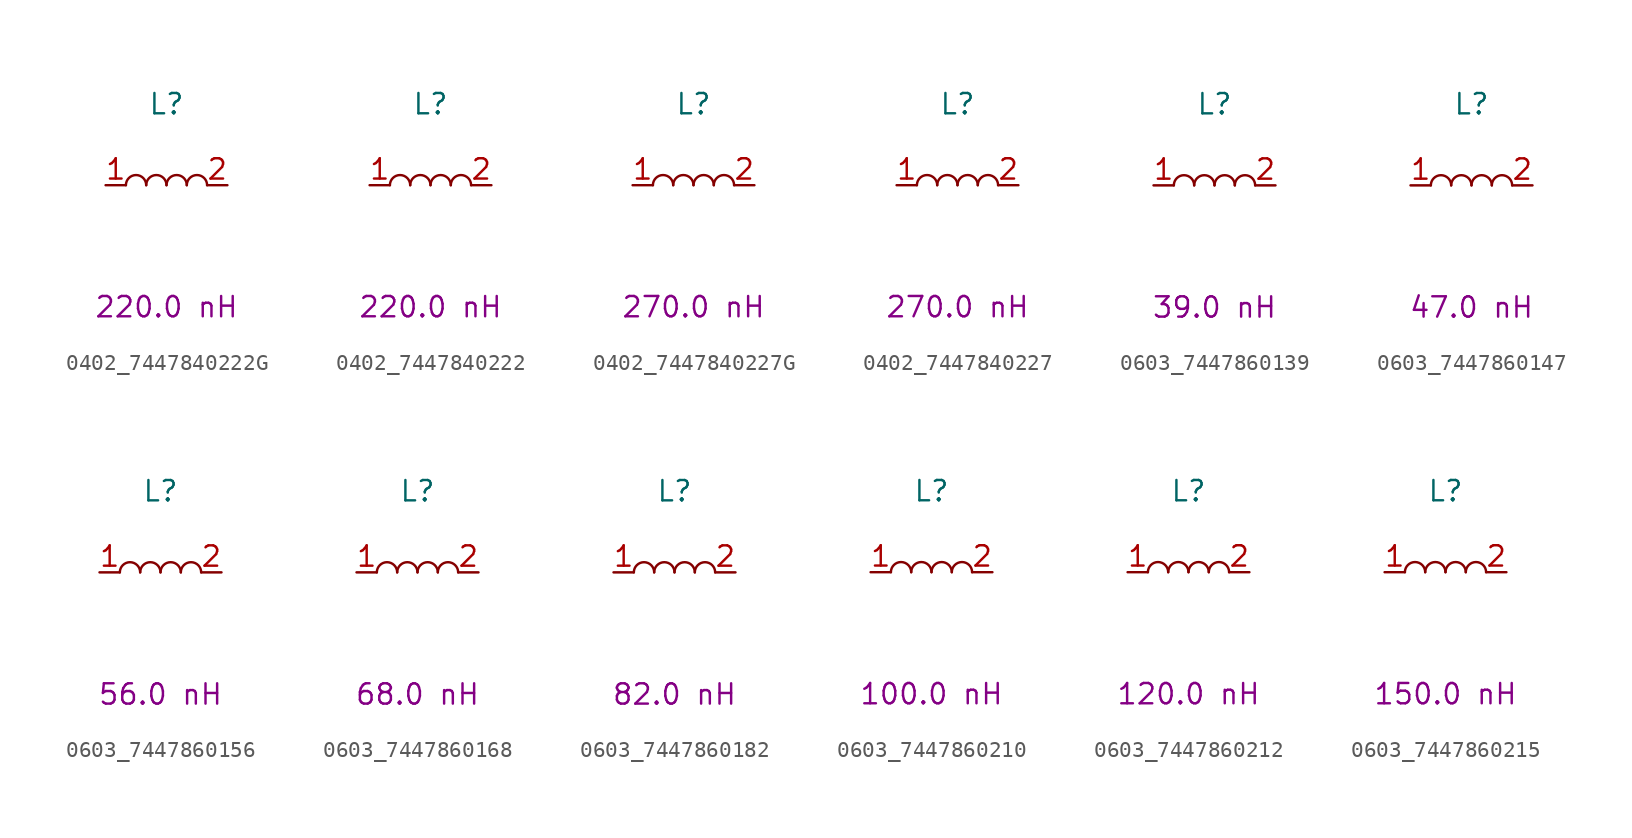
<source format=kicad_sym>
(kicad_symbol_lib
  (version 20220914)
  (generator kicad_symbol_editor)
  (symbol "0402_7447840222G"
    (pin_names hide)
    (property "Reference" "L"
      (at 0 5.08 0)
      (effects (font (size 1.27 1.27))))
    (property "Critical Parameter" "220.0 nH"
      (at 0 -7.62 0)
      (effects (font (size 1.27 1.27))))
    (symbol "0402_7447840222G_0_1"
      (arc (start -1.27 0) (mid -1.905 0.6323) (end -2.54 0) (stroke (width 0) (type default)) (fill (type none)))
      (arc (start 0 0) (mid -0.635 0.6323) (end -1.27 0) (stroke (width 0) (type default)) (fill (type none)))
      (arc (start 1.27 0) (mid 0.635 0.6323) (end 0 0) (stroke (width 0) (type default)) (fill (type none)))
      (arc (start 2.54 0) (mid 1.905 0.6323) (end 1.27 0) (stroke (width 0) (type default)) (fill (type none))))
    (symbol "0402_7447840222G_1_1"
      (pin passive line (at -3.81 0 0) (length 1.27) (name "1" (effects (font (size 1.27 1.27)))) (number "1" (effects (font (size 1.27 1.27)))))
      (pin passive line (at 3.81 0 180) (length 1.27) (name "2" (effects (font (size 1.27 1.27)))) (number "2" (effects (font (size 1.27 1.27)))))))
  (symbol "0402_7447840222"
    (pin_names hide)
    (property "Reference" "L"
      (at 0 5.08 0)
      (effects (font (size 1.27 1.27))))
    (property "Critical Parameter" "220.0 nH"
      (at 0 -7.62 0)
      (effects (font (size 1.27 1.27))))
    (symbol "0402_7447840222_0_1"
      (arc (start -1.27 0) (mid -1.905 0.6323) (end -2.54 0) (stroke (width 0) (type default)) (fill (type none)))
      (arc (start 0 0) (mid -0.635 0.6323) (end -1.27 0) (stroke (width 0) (type default)) (fill (type none)))
      (arc (start 1.27 0) (mid 0.635 0.6323) (end 0 0) (stroke (width 0) (type default)) (fill (type none)))
      (arc (start 2.54 0) (mid 1.905 0.6323) (end 1.27 0) (stroke (width 0) (type default)) (fill (type none))))
    (symbol "0402_7447840222_1_1"
      (pin passive line (at -3.81 0 0) (length 1.27) (name "1" (effects (font (size 1.27 1.27)))) (number "1" (effects (font (size 1.27 1.27)))))
      (pin passive line (at 3.81 0 180) (length 1.27) (name "2" (effects (font (size 1.27 1.27)))) (number "2" (effects (font (size 1.27 1.27)))))))
  (symbol "0402_7447840227G"
    (pin_names hide)
    (property "Reference" "L"
      (at 0 5.08 0)
      (effects (font (size 1.27 1.27))))
    (property "Critical Parameter" "270.0 nH"
      (at 0 -7.62 0)
      (effects (font (size 1.27 1.27))))
    (symbol "0402_7447840227G_0_1"
      (arc (start -1.27 0) (mid -1.905 0.6323) (end -2.54 0) (stroke (width 0) (type default)) (fill (type none)))
      (arc (start 0 0) (mid -0.635 0.6323) (end -1.27 0) (stroke (width 0) (type default)) (fill (type none)))
      (arc (start 1.27 0) (mid 0.635 0.6323) (end 0 0) (stroke (width 0) (type default)) (fill (type none)))
      (arc (start 2.54 0) (mid 1.905 0.6323) (end 1.27 0) (stroke (width 0) (type default)) (fill (type none))))
    (symbol "0402_7447840227G_1_1"
      (pin passive line (at -3.81 0 0) (length 1.27) (name "1" (effects (font (size 1.27 1.27)))) (number "1" (effects (font (size 1.27 1.27)))))
      (pin passive line (at 3.81 0 180) (length 1.27) (name "2" (effects (font (size 1.27 1.27)))) (number "2" (effects (font (size 1.27 1.27)))))))
  (symbol "0402_7447840227"
    (pin_names hide)
    (property "Reference" "L"
      (at 0 5.08 0)
      (effects (font (size 1.27 1.27))))
    (property "Critical Parameter" "270.0 nH"
      (at 0 -7.62 0)
      (effects (font (size 1.27 1.27))))
    (symbol "0402_7447840227_0_1"
      (arc (start -1.27 0) (mid -1.905 0.6323) (end -2.54 0) (stroke (width 0) (type default)) (fill (type none)))
      (arc (start 0 0) (mid -0.635 0.6323) (end -1.27 0) (stroke (width 0) (type default)) (fill (type none)))
      (arc (start 1.27 0) (mid 0.635 0.6323) (end 0 0) (stroke (width 0) (type default)) (fill (type none)))
      (arc (start 2.54 0) (mid 1.905 0.6323) (end 1.27 0) (stroke (width 0) (type default)) (fill (type none))))
    (symbol "0402_7447840227_1_1"
      (pin passive line (at -3.81 0 0) (length 1.27) (name "1" (effects (font (size 1.27 1.27)))) (number "1" (effects (font (size 1.27 1.27)))))
      (pin passive line (at 3.81 0 180) (length 1.27) (name "2" (effects (font (size 1.27 1.27)))) (number "2" (effects (font (size 1.27 1.27)))))))
  (symbol "0603_7447860139"
    (pin_names hide)
    (property "Reference" "L"
      (at 0 5.08 0)
      (effects (font (size 1.27 1.27))))
    (property "Critical Parameter" "39.0 nH"
      (at 0 -7.62 0)
      (effects (font (size 1.27 1.27))))
    (symbol "0603_7447860139_0_1"
      (arc (start -1.27 0) (mid -1.905 0.6323) (end -2.54 0) (stroke (width 0) (type default)) (fill (type none)))
      (arc (start 0 0) (mid -0.635 0.6323) (end -1.27 0) (stroke (width 0) (type default)) (fill (type none)))
      (arc (start 1.27 0) (mid 0.635 0.6323) (end 0 0) (stroke (width 0) (type default)) (fill (type none)))
      (arc (start 2.54 0) (mid 1.905 0.6323) (end 1.27 0) (stroke (width 0) (type default)) (fill (type none))))
    (symbol "0603_7447860139_1_1"
      (pin passive line (at -3.81 0 0) (length 1.27) (name "1" (effects (font (size 1.27 1.27)))) (number "1" (effects (font (size 1.27 1.27)))))
      (pin passive line (at 3.81 0 180) (length 1.27) (name "2" (effects (font (size 1.27 1.27)))) (number "2" (effects (font (size 1.27 1.27)))))))
  (symbol "0603_7447860147"
    (pin_names hide)
    (property "Reference" "L"
      (at 0 5.08 0)
      (effects (font (size 1.27 1.27))))
    (property "Critical Parameter" "47.0 nH"
      (at 0 -7.62 0)
      (effects (font (size 1.27 1.27))))
    (symbol "0603_7447860147_0_1"
      (arc (start -1.27 0) (mid -1.905 0.6323) (end -2.54 0) (stroke (width 0) (type default)) (fill (type none)))
      (arc (start 0 0) (mid -0.635 0.6323) (end -1.27 0) (stroke (width 0) (type default)) (fill (type none)))
      (arc (start 1.27 0) (mid 0.635 0.6323) (end 0 0) (stroke (width 0) (type default)) (fill (type none)))
      (arc (start 2.54 0) (mid 1.905 0.6323) (end 1.27 0) (stroke (width 0) (type default)) (fill (type none))))
    (symbol "0603_7447860147_1_1"
      (pin passive line (at -3.81 0 0) (length 1.27) (name "1" (effects (font (size 1.27 1.27)))) (number "1" (effects (font (size 1.27 1.27)))))
      (pin passive line (at 3.81 0 180) (length 1.27) (name "2" (effects (font (size 1.27 1.27)))) (number "2" (effects (font (size 1.27 1.27)))))))
  (symbol "0603_7447860156"
    (pin_names hide)
    (property "Reference" "L"
      (at 0 5.08 0)
      (effects (font (size 1.27 1.27))))
    (property "Critical Parameter" "56.0 nH"
      (at 0 -7.62 0)
      (effects (font (size 1.27 1.27))))
    (symbol "0603_7447860156_0_1"
      (arc (start -1.27 0) (mid -1.905 0.6323) (end -2.54 0) (stroke (width 0) (type default)) (fill (type none)))
      (arc (start 0 0) (mid -0.635 0.6323) (end -1.27 0) (stroke (width 0) (type default)) (fill (type none)))
      (arc (start 1.27 0) (mid 0.635 0.6323) (end 0 0) (stroke (width 0) (type default)) (fill (type none)))
      (arc (start 2.54 0) (mid 1.905 0.6323) (end 1.27 0) (stroke (width 0) (type default)) (fill (type none))))
    (symbol "0603_7447860156_1_1"
      (pin passive line (at -3.81 0 0) (length 1.27) (name "1" (effects (font (size 1.27 1.27)))) (number "1" (effects (font (size 1.27 1.27)))))
      (pin passive line (at 3.81 0 180) (length 1.27) (name "2" (effects (font (size 1.27 1.27)))) (number "2" (effects (font (size 1.27 1.27)))))))
  (symbol "0603_7447860168"
    (pin_names hide)
    (property "Reference" "L"
      (at 0 5.08 0)
      (effects (font (size 1.27 1.27))))
    (property "Critical Parameter" "68.0 nH"
      (at 0 -7.62 0)
      (effects (font (size 1.27 1.27))))
    (symbol "0603_7447860168_0_1"
      (arc (start -1.27 0) (mid -1.905 0.6323) (end -2.54 0) (stroke (width 0) (type default)) (fill (type none)))
      (arc (start 0 0) (mid -0.635 0.6323) (end -1.27 0) (stroke (width 0) (type default)) (fill (type none)))
      (arc (start 1.27 0) (mid 0.635 0.6323) (end 0 0) (stroke (width 0) (type default)) (fill (type none)))
      (arc (start 2.54 0) (mid 1.905 0.6323) (end 1.27 0) (stroke (width 0) (type default)) (fill (type none))))
    (symbol "0603_7447860168_1_1"
      (pin passive line (at -3.81 0 0) (length 1.27) (name "1" (effects (font (size 1.27 1.27)))) (number "1" (effects (font (size 1.27 1.27)))))
      (pin passive line (at 3.81 0 180) (length 1.27) (name "2" (effects (font (size 1.27 1.27)))) (number "2" (effects (font (size 1.27 1.27)))))))
  (symbol "0603_7447860182"
    (pin_names hide)
    (property "Reference" "L"
      (at 0 5.08 0)
      (effects (font (size 1.27 1.27))))
    (property "Critical Parameter" "82.0 nH"
      (at 0 -7.62 0)
      (effects (font (size 1.27 1.27))))
    (symbol "0603_7447860182_0_1"
      (arc (start -1.27 0) (mid -1.905 0.6323) (end -2.54 0) (stroke (width 0) (type default)) (fill (type none)))
      (arc (start 0 0) (mid -0.635 0.6323) (end -1.27 0) (stroke (width 0) (type default)) (fill (type none)))
      (arc (start 1.27 0) (mid 0.635 0.6323) (end 0 0) (stroke (width 0) (type default)) (fill (type none)))
      (arc (start 2.54 0) (mid 1.905 0.6323) (end 1.27 0) (stroke (width 0) (type default)) (fill (type none))))
    (symbol "0603_7447860182_1_1"
      (pin passive line (at -3.81 0 0) (length 1.27) (name "1" (effects (font (size 1.27 1.27)))) (number "1" (effects (font (size 1.27 1.27)))))
      (pin passive line (at 3.81 0 180) (length 1.27) (name "2" (effects (font (size 1.27 1.27)))) (number "2" (effects (font (size 1.27 1.27)))))))
  (symbol "0603_7447860210"
    (pin_names hide)
    (property "Reference" "L"
      (at 0 5.08 0)
      (effects (font (size 1.27 1.27))))
    (property "Critical Parameter" "100.0 nH"
      (at 0 -7.62 0)
      (effects (font (size 1.27 1.27))))
    (symbol "0603_7447860210_0_1"
      (arc (start -1.27 0) (mid -1.905 0.6323) (end -2.54 0) (stroke (width 0) (type default)) (fill (type none)))
      (arc (start 0 0) (mid -0.635 0.6323) (end -1.27 0) (stroke (width 0) (type default)) (fill (type none)))
      (arc (start 1.27 0) (mid 0.635 0.6323) (end 0 0) (stroke (width 0) (type default)) (fill (type none)))
      (arc (start 2.54 0) (mid 1.905 0.6323) (end 1.27 0) (stroke (width 0) (type default)) (fill (type none))))
    (symbol "0603_7447860210_1_1"
      (pin passive line (at -3.81 0 0) (length 1.27) (name "1" (effects (font (size 1.27 1.27)))) (number "1" (effects (font (size 1.27 1.27)))))
      (pin passive line (at 3.81 0 180) (length 1.27) (name "2" (effects (font (size 1.27 1.27)))) (number "2" (effects (font (size 1.27 1.27)))))))
  (symbol "0603_7447860212"
    (pin_names hide)
    (property "Reference" "L"
      (at 0 5.08 0)
      (effects (font (size 1.27 1.27))))
    (property "Critical Parameter" "120.0 nH"
      (at 0 -7.62 0)
      (effects (font (size 1.27 1.27))))
    (symbol "0603_7447860212_0_1"
      (arc (start -1.27 0) (mid -1.905 0.6323) (end -2.54 0) (stroke (width 0) (type default)) (fill (type none)))
      (arc (start 0 0) (mid -0.635 0.6323) (end -1.27 0) (stroke (width 0) (type default)) (fill (type none)))
      (arc (start 1.27 0) (mid 0.635 0.6323) (end 0 0) (stroke (width 0) (type default)) (fill (type none)))
      (arc (start 2.54 0) (mid 1.905 0.6323) (end 1.27 0) (stroke (width 0) (type default)) (fill (type none))))
    (symbol "0603_7447860212_1_1"
      (pin passive line (at -3.81 0 0) (length 1.27) (name "1" (effects (font (size 1.27 1.27)))) (number "1" (effects (font (size 1.27 1.27)))))
      (pin passive line (at 3.81 0 180) (length 1.27) (name "2" (effects (font (size 1.27 1.27)))) (number "2" (effects (font (size 1.27 1.27)))))))
  (symbol "0603_7447860215"
    (pin_names hide)
    (property "Reference" "L"
      (at 0 5.08 0)
      (effects (font (size 1.27 1.27))))
    (property "Critical Parameter" "150.0 nH"
      (at 0 -7.62 0)
      (effects (font (size 1.27 1.27))))
    (symbol "0603_7447860215_0_1"
      (arc (start -1.27 0) (mid -1.905 0.6323) (end -2.54 0) (stroke (width 0) (type default)) (fill (type none)))
      (arc (start 0 0) (mid -0.635 0.6323) (end -1.27 0) (stroke (width 0) (type default)) (fill (type none)))
      (arc (start 1.27 0) (mid 0.635 0.6323) (end 0 0) (stroke (width 0) (type default)) (fill (type none)))
      (arc (start 2.54 0) (mid 1.905 0.6323) (end 1.27 0) (stroke (width 0) (type default)) (fill (type none))))
    (symbol "0603_7447860215_1_1"
      (pin passive line (at -3.81 0 0) (length 1.27) (name "1" (effects (font (size 1.27 1.27)))) (number "1" (effects (font (size 1.27 1.27)))))
      (pin passive line (at 3.81 0 180) (length 1.27) (name "2" (effects (font (size 1.27 1.27)))) (number "2" (effects (font (size 1.27 1.27))))))))
</source>
